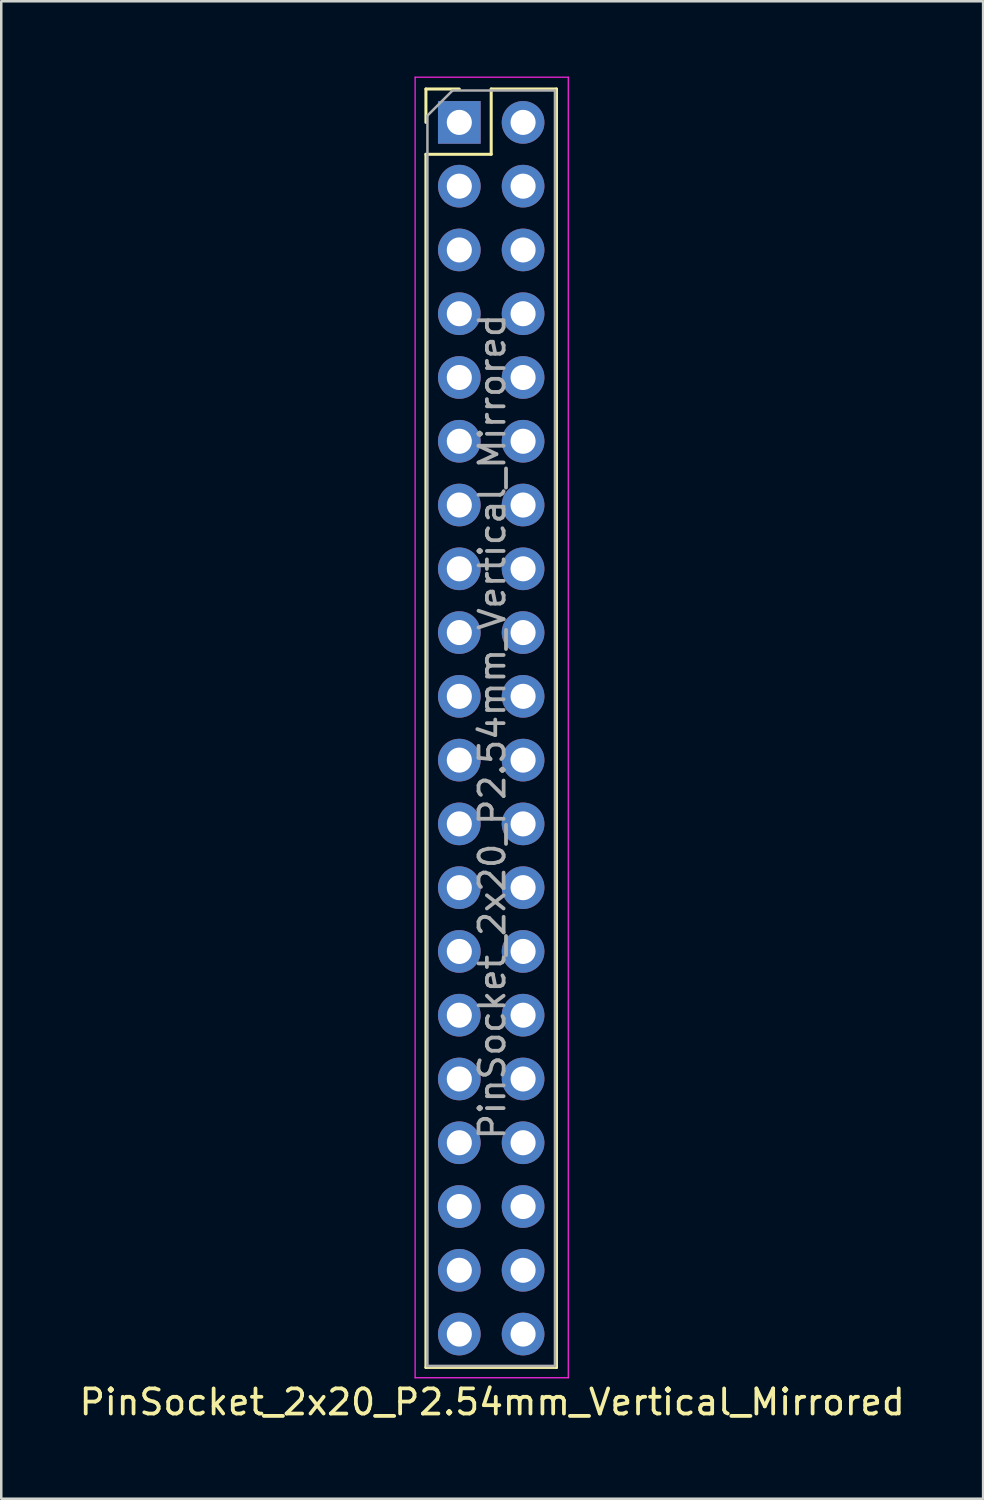
<source format=kicad_pcb>
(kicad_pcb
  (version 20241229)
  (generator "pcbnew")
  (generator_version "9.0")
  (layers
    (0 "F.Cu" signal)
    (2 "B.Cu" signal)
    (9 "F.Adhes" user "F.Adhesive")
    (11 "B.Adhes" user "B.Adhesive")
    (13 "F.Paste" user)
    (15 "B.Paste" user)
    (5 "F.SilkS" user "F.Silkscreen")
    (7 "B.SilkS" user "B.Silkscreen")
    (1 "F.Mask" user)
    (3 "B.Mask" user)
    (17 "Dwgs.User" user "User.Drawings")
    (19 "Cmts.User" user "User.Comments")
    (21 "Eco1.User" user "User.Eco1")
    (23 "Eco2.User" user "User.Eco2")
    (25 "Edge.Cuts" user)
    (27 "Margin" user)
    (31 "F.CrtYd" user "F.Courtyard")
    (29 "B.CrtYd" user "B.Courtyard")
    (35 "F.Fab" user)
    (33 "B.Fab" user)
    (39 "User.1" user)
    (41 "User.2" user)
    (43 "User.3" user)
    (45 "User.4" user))
  (footprint "PinSocket_2x20_P2.54mm_Vertical_Mirrored"
    (layer "F.Cu")
    (at 17.824 1.825)
    (property "Reference" "PinSocket_2x20_P2.54mm_Vertical_Mirrored" (at -1.27 50.97 0) (layer "F.SilkS") (effects (font (size 1 1) (thickness 0.15))))
    (attr through_hole)
    (fp_line (start -3.91 -1.33) (end -3.91 0) (stroke (width 0.12) (type solid)) (layer "F.SilkS"))
    (fp_line (start -3.91 1.27) (end -3.91 49.59) (stroke (width 0.12) (type solid)) (layer "F.SilkS"))
    (fp_line (start -2.58 -1.33) (end -3.91 -1.33) (stroke (width 0.12) (type solid)) (layer "F.SilkS"))
    (fp_line (start -1.31 -1.33) (end -1.31 1.27) (stroke (width 0.12) (type solid)) (layer "F.SilkS"))
    (fp_line (start -1.31 1.27) (end -3.91 1.27) (stroke (width 0.12) (type solid)) (layer "F.SilkS"))
    (fp_line (start 1.29 -1.33) (end -1.31 -1.33) (stroke (width 0.12) (type solid)) (layer "F.SilkS"))
    (fp_line (start 1.29 -1.33) (end 1.29 49.59) (stroke (width 0.12) (type solid)) (layer "F.SilkS"))
    (fp_line (start 1.29 49.59) (end -3.91 49.59) (stroke (width 0.12) (type solid)) (layer "F.SilkS"))
    (fp_line (start -4.34 -1.8) (end -4.34 50) (stroke (width 0.05) (type solid)) (layer "F.CrtYd"))
    (fp_line (start -4.34 50) (end 1.76 50) (stroke (width 0.05) (type solid)) (layer "F.CrtYd"))
    (fp_line (start 1.76 -1.8) (end -4.34 -1.8) (stroke (width 0.05) (type solid)) (layer "F.CrtYd"))
    (fp_line (start 1.76 50) (end 1.76 -1.8) (stroke (width 0.05) (type solid)) (layer "F.CrtYd"))
    (fp_line (start -3.85 -0.27) (end -3.85 49.53) (stroke (width 0.1) (type solid)) (layer "F.Fab"))
    (fp_line (start -3.85 49.53) (end 1.23 49.53) (stroke (width 0.1) (type solid)) (layer "F.Fab"))
    (fp_line (start -2.85 -1.27) (end -3.85 -0.27) (stroke (width 0.1) (type solid)) (layer "F.Fab"))
    (fp_line (start 1.23 -1.27) (end -2.85 -1.27) (stroke (width 0.1) (type solid)) (layer "F.Fab"))
    (fp_line (start 1.23 49.53) (end 1.23 -1.27) (stroke (width 0.1) (type solid)) (layer "F.Fab"))
    (fp_text user "${REFERENCE}" (at -1.27 24.07 90) (layer "F.Fab") (effects (font (size 1 1) (thickness 0.15))))
    (pad "1" thru_hole rect (at -2.58 0) (size 1.7 1.7) (drill 1) (layers "*.Cu" "*.Mask"))
    (pad "2" thru_hole circle (at -0.04 0) (size 1.7 1.7) (drill 1) (layers "*.Cu" "*.Mask"))
    (pad "3" thru_hole circle (at -2.58 2.54) (size 1.7 1.7) (drill 1) (layers "*.Cu" "*.Mask"))
    (pad "4" thru_hole circle (at -0.04 2.54) (size 1.7 1.7) (drill 1) (layers "*.Cu" "*.Mask"))
    (pad "5" thru_hole circle (at -2.58 5.08) (size 1.7 1.7) (drill 1) (layers "*.Cu" "*.Mask"))
    (pad "6" thru_hole circle (at -0.04 5.08) (size 1.7 1.7) (drill 1) (layers "*.Cu" "*.Mask"))
    (pad "7" thru_hole circle (at -2.58 7.62) (size 1.7 1.7) (drill 1) (layers "*.Cu" "*.Mask"))
    (pad "8" thru_hole circle (at -0.04 7.62) (size 1.7 1.7) (drill 1) (layers "*.Cu" "*.Mask"))
    (pad "9" thru_hole circle (at -2.58 10.16) (size 1.7 1.7) (drill 1) (layers "*.Cu" "*.Mask"))
    (pad "10" thru_hole circle (at -0.04 10.16) (size 1.7 1.7) (drill 1) (layers "*.Cu" "*.Mask"))
    (pad "11" thru_hole circle (at -2.58 12.7) (size 1.7 1.7) (drill 1) (layers "*.Cu" "*.Mask"))
    (pad "12" thru_hole circle (at -0.04 12.7) (size 1.7 1.7) (drill 1) (layers "*.Cu" "*.Mask"))
    (pad "13" thru_hole circle (at -2.58 15.24) (size 1.7 1.7) (drill 1) (layers "*.Cu" "*.Mask"))
    (pad "14" thru_hole circle (at -0.04 15.24) (size 1.7 1.7) (drill 1) (layers "*.Cu" "*.Mask"))
    (pad "15" thru_hole circle (at -2.58 17.78) (size 1.7 1.7) (drill 1) (layers "*.Cu" "*.Mask"))
    (pad "16" thru_hole circle (at -0.04 17.78) (size 1.7 1.7) (drill 1) (layers "*.Cu" "*.Mask"))
    (pad "17" thru_hole circle (at -2.58 20.32) (size 1.7 1.7) (drill 1) (layers "*.Cu" "*.Mask"))
    (pad "18" thru_hole circle (at -0.04 20.32) (size 1.7 1.7) (drill 1) (layers "*.Cu" "*.Mask"))
    (pad "19" thru_hole circle (at -2.58 22.86) (size 1.7 1.7) (drill 1) (layers "*.Cu" "*.Mask"))
    (pad "20" thru_hole circle (at -0.04 22.86) (size 1.7 1.7) (drill 1) (layers "*.Cu" "*.Mask"))
    (pad "21" thru_hole circle (at -2.58 25.4) (size 1.7 1.7) (drill 1) (layers "*.Cu" "*.Mask"))
    (pad "22" thru_hole circle (at -0.04 25.4) (size 1.7 1.7) (drill 1) (layers "*.Cu" "*.Mask"))
    (pad "23" thru_hole circle (at -2.58 27.94) (size 1.7 1.7) (drill 1) (layers "*.Cu" "*.Mask"))
    (pad "24" thru_hole circle (at -0.04 27.94) (size 1.7 1.7) (drill 1) (layers "*.Cu" "*.Mask"))
    (pad "25" thru_hole circle (at -2.58 30.48) (size 1.7 1.7) (drill 1) (layers "*.Cu" "*.Mask"))
    (pad "26" thru_hole circle (at -0.04 30.48) (size 1.7 1.7) (drill 1) (layers "*.Cu" "*.Mask"))
    (pad "27" thru_hole circle (at -2.58 33.02) (size 1.7 1.7) (drill 1) (layers "*.Cu" "*.Mask"))
    (pad "28" thru_hole circle (at -0.04 33.02) (size 1.7 1.7) (drill 1) (layers "*.Cu" "*.Mask"))
    (pad "29" thru_hole circle (at -2.58 35.56) (size 1.7 1.7) (drill 1) (layers "*.Cu" "*.Mask"))
    (pad "30" thru_hole circle (at -0.04 35.56) (size 1.7 1.7) (drill 1) (layers "*.Cu" "*.Mask"))
    (pad "31" thru_hole circle (at -2.58 38.1) (size 1.7 1.7) (drill 1) (layers "*.Cu" "*.Mask"))
    (pad "32" thru_hole circle (at -0.04 38.1) (size 1.7 1.7) (drill 1) (layers "*.Cu" "*.Mask"))
    (pad "33" thru_hole circle (at -2.58 40.64) (size 1.7 1.7) (drill 1) (layers "*.Cu" "*.Mask"))
    (pad "34" thru_hole circle (at -0.04 40.64) (size 1.7 1.7) (drill 1) (layers "*.Cu" "*.Mask"))
    (pad "35" thru_hole circle (at -2.58 43.18) (size 1.7 1.7) (drill 1) (layers "*.Cu" "*.Mask"))
    (pad "36" thru_hole circle (at -0.04 43.18) (size 1.7 1.7) (drill 1) (layers "*.Cu" "*.Mask"))
    (pad "37" thru_hole circle (at -2.58 45.72) (size 1.7 1.7) (drill 1) (layers "*.Cu" "*.Mask"))
    (pad "38" thru_hole circle (at -0.04 45.72) (size 1.7 1.7) (drill 1) (layers "*.Cu" "*.Mask"))
    (pad "39" thru_hole circle (at -2.58 48.26) (size 1.7 1.7) (drill 1) (layers "*.Cu" "*.Mask"))
    (pad "40" thru_hole circle (at -0.04 48.26) (size 1.7 1.7) (drill 1) (layers "*.Cu" "*.Mask")))
  (gr_rect
    (start -3 -3)
    (end 36.107 56.643)
    (stroke (width 0.1) (type default))
    (fill no)
    (layer "Edge.Cuts")))
</source>
